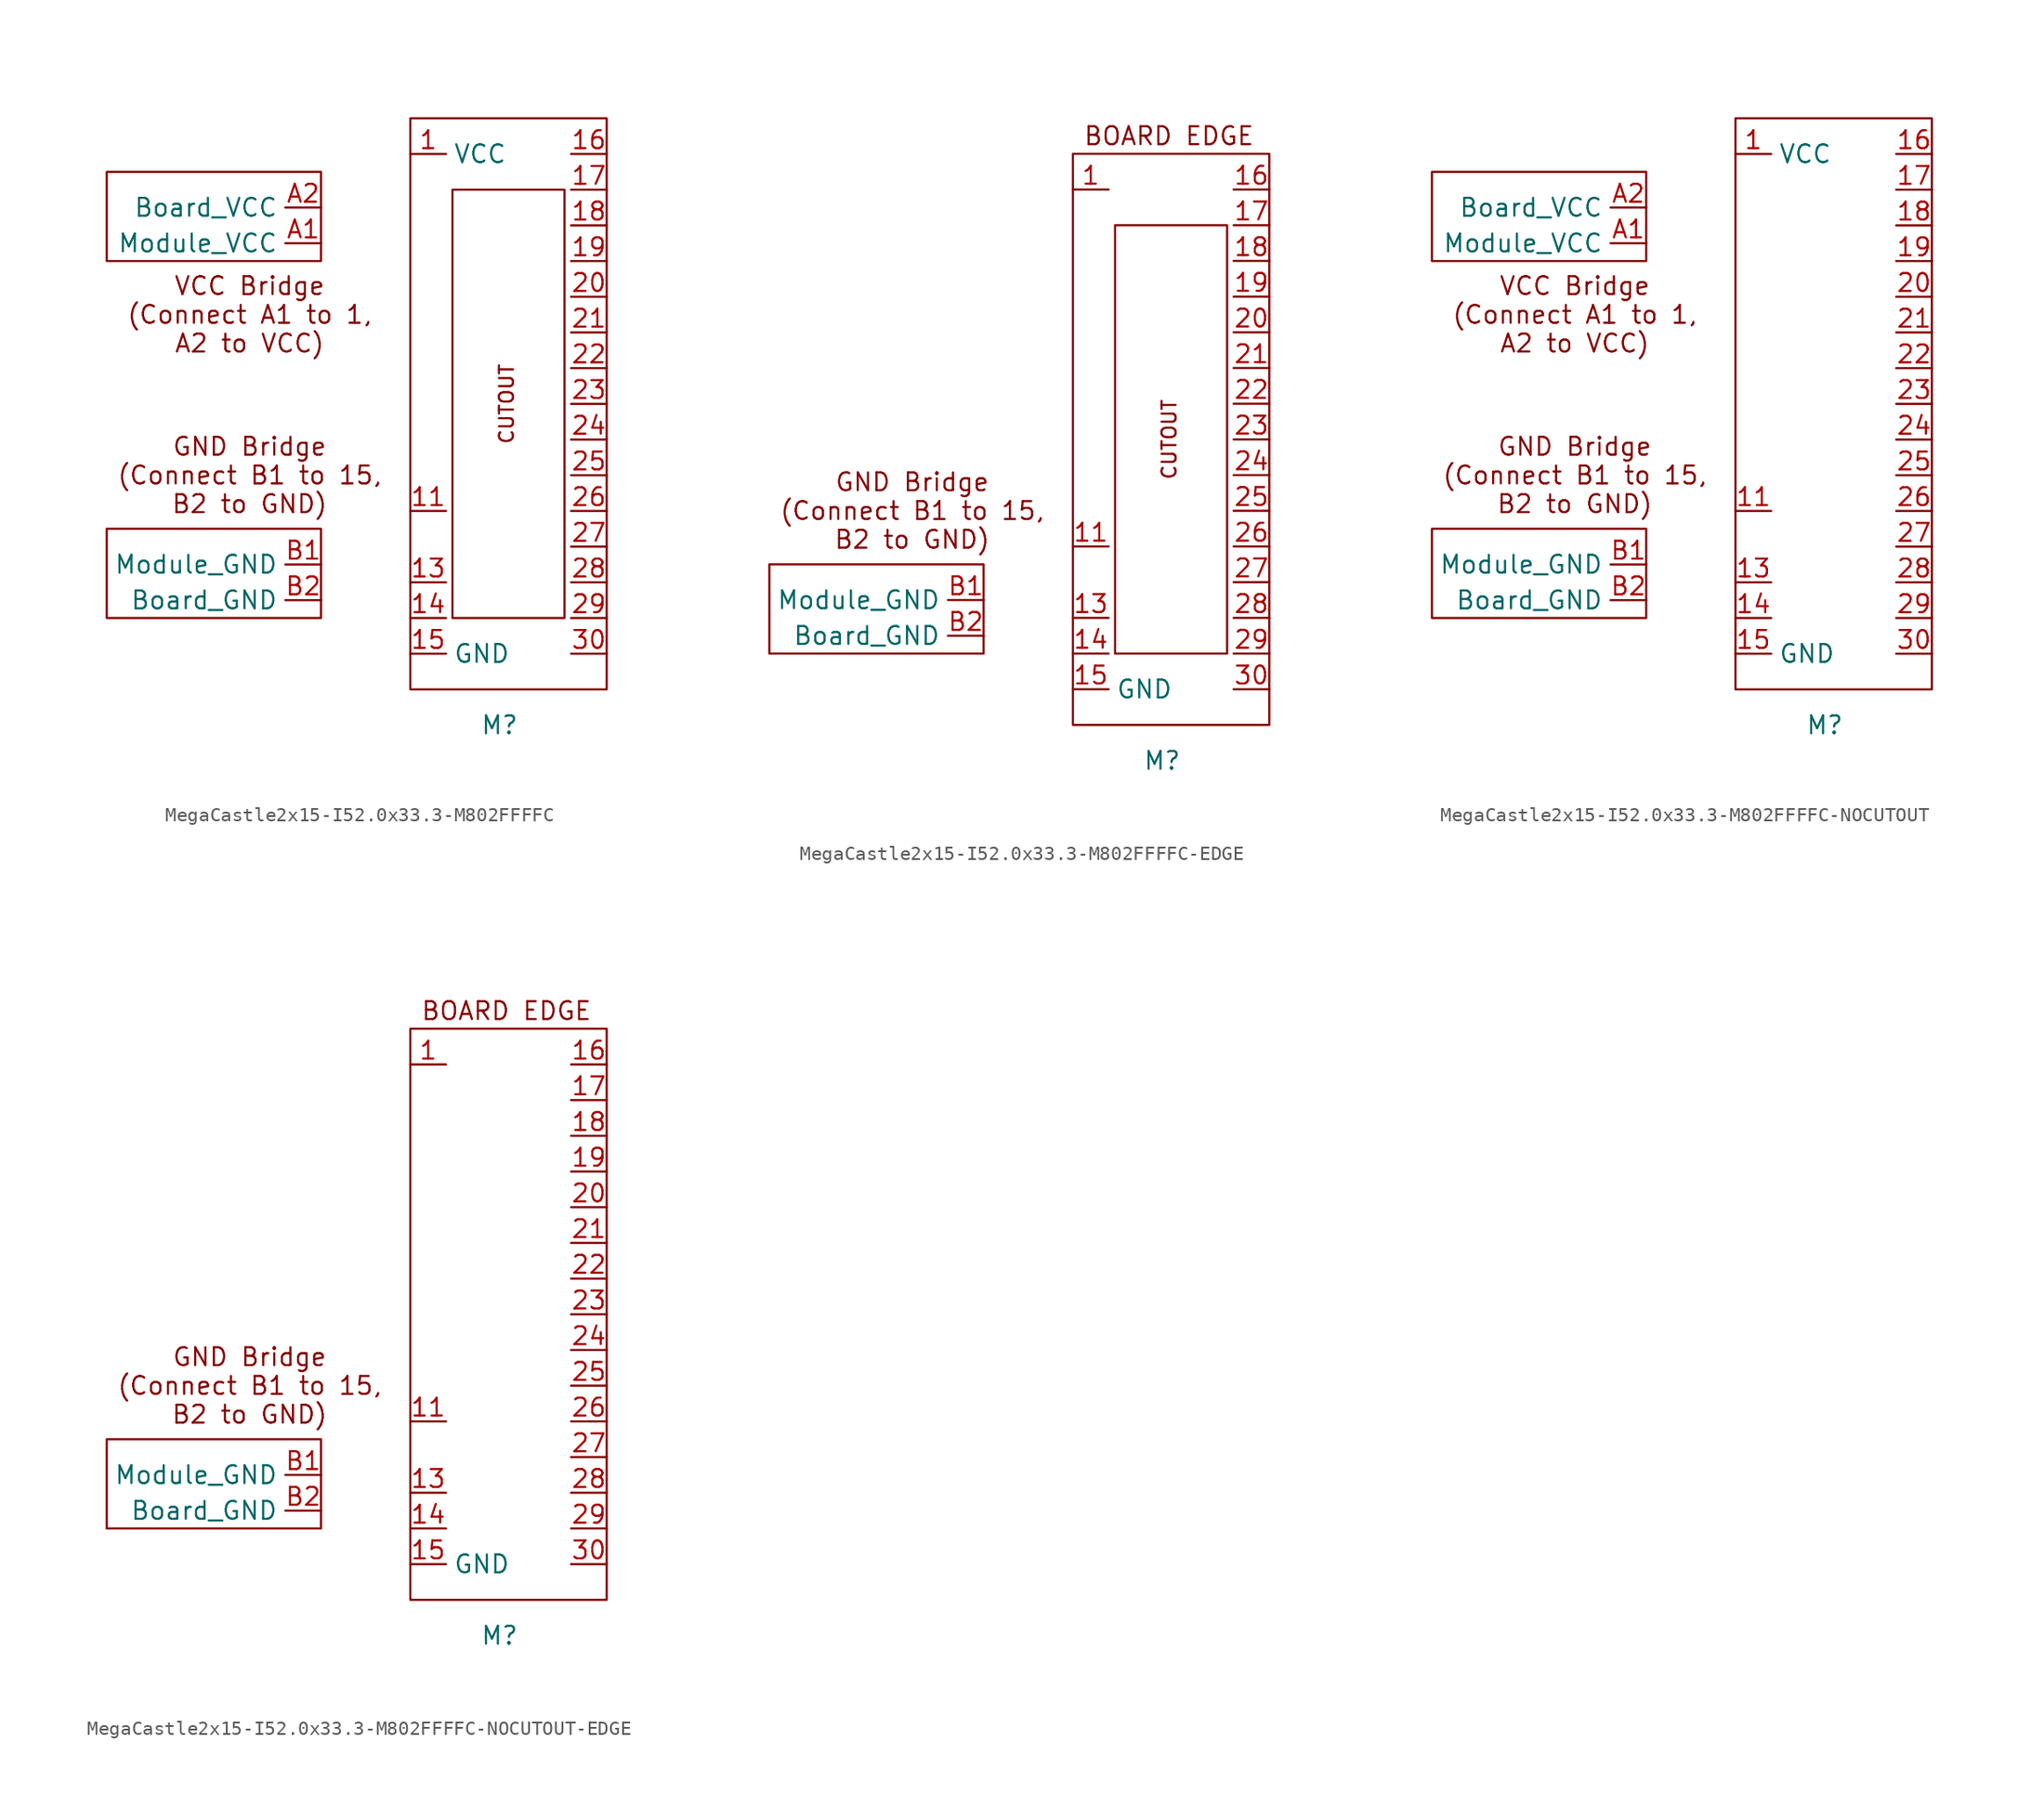
<source format=kicad_sym>
(kicad_symbol_lib
  (version 20241209)
  (generator "kicad_symbol_editor")
  (generator_version "9.0")
  (symbol "MegaCastle2x15-I52.0x33.3-M802FFFFC"
    (property "Reference" "M"
      (at 0 -22.86 0)
      (effects (font (size 1.27 1.27))))
    (property "Value" ""
      (at 0 5.08 0)
      (effects (font (size 1.27 1.27))))
    (symbol "MegaCastle2x15-I52.0x33.3-M802FFFFC_0_1"
      (rectangle (start -27.94 16.51) (end -12.7 10.16) (stroke (width 0) (type default)) (fill (type none)))
      (rectangle (start -27.94 -8.89) (end -12.7 -15.24) (stroke (width 0) (type default)) (fill (type none)))
      (rectangle (start -6.35 20.32) (end 7.62 -20.32) (stroke (width 0) (type default)) (fill (type none)))
      (rectangle (start -3.35 15.24) (end 4.62 -15.24) (stroke (width 0) (type default)) (fill (type none))))
    (symbol "MegaCastle2x15-I52.0x33.3-M802FFFFC_1_1"
      (text "VCC Bridge\n(Connect A1 to 1,\nA2 to VCC)" (at -17.78 6.35 0) (effects (font (size 1.27 1.27))))
      (text "GND Bridge\n(Connect B1 to 15,\nB2 to GND)" (at -17.78 -5.08 0) (effects (font (size 1.27 1.27))))
      (text "CUTOUT" (at 0.5 0 900) (effects (font (size 1 1))))
      (pin bidirectional line (at -12.7 13.97 180) (length 2.54) (name "Board_VCC" (effects (font (size 1.27 1.27)))) (number "A2" (effects (font (size 1.27 1.27)))))
      (pin bidirectional line (at -12.7 11.43 180) (length 2.54) (name "Module_VCC" (effects (font (size 1.27 1.27)))) (number "A1" (effects (font (size 1.27 1.27)))))
      (pin bidirectional line (at -12.7 -11.43 180) (length 2.54) (name "Module_GND" (effects (font (size 1.27 1.27)))) (number "B1" (effects (font (size 1.27 1.27)))))
      (pin bidirectional line (at -12.7 -13.97 180) (length 2.54) (name "Board_GND" (effects (font (size 1.27 1.27)))) (number "B2" (effects (font (size 1.27 1.27)))))
      (pin bidirectional line (at -6.35 17.78 0) (length 2.54) (name "VCC" (effects (font (size 1.27 1.27)))) (number "1" (effects (font (size 1.27 1.27)))))
      (pin bidirectional line (at -6.35 -7.62 0) (length 2.54) (name "" (effects (font (size 1.27 1.27)))) (number "11" (effects (font (size 1.27 1.27)))))
      (pin bidirectional line (at -6.35 -12.7 0) (length 2.54) (name "" (effects (font (size 1.27 1.27)))) (number "13" (effects (font (size 1.27 1.27)))))
      (pin bidirectional line (at -6.35 -15.24 0) (length 2.54) (name "" (effects (font (size 1.27 1.27)))) (number "14" (effects (font (size 1.27 1.27)))))
      (pin bidirectional line (at -6.35 -17.78 0) (length 2.54) (name "GND" (effects (font (size 1.27 1.27)))) (number "15" (effects (font (size 1.27 1.27)))))
      (pin bidirectional line (at 7.62 17.78 180) (length 2.54) (name "" (effects (font (size 1.27 1.27)))) (number "16" (effects (font (size 1.27 1.27)))))
      (pin bidirectional line (at 7.62 15.24 180) (length 2.54) (name "" (effects (font (size 1.27 1.27)))) (number "17" (effects (font (size 1.27 1.27)))))
      (pin bidirectional line (at 7.62 12.7 180) (length 2.54) (name "" (effects (font (size 1.27 1.27)))) (number "18" (effects (font (size 1.27 1.27)))))
      (pin bidirectional line (at 7.62 10.16 180) (length 2.54) (name "" (effects (font (size 1.27 1.27)))) (number "19" (effects (font (size 1.27 1.27)))))
      (pin bidirectional line (at 7.62 7.62 180) (length 2.54) (name "" (effects (font (size 1.27 1.27)))) (number "20" (effects (font (size 1.27 1.27)))))
      (pin bidirectional line (at 7.62 5.08 180) (length 2.54) (name "" (effects (font (size 1.27 1.27)))) (number "21" (effects (font (size 1.27 1.27)))))
      (pin bidirectional line (at 7.62 2.54 180) (length 2.54) (name "" (effects (font (size 1.27 1.27)))) (number "22" (effects (font (size 1.27 1.27)))))
      (pin bidirectional line (at 7.62 0 180) (length 2.54) (name "" (effects (font (size 1.27 1.27)))) (number "23" (effects (font (size 1.27 1.27)))))
      (pin bidirectional line (at 7.62 -2.54 180) (length 2.54) (name "" (effects (font (size 1.27 1.27)))) (number "24" (effects (font (size 1.27 1.27)))))
      (pin bidirectional line (at 7.62 -5.08 180) (length 2.54) (name "" (effects (font (size 1.27 1.27)))) (number "25" (effects (font (size 1.27 1.27)))))
      (pin bidirectional line (at 7.62 -7.62 180) (length 2.54) (name "" (effects (font (size 1.27 1.27)))) (number "26" (effects (font (size 1.27 1.27)))))
      (pin bidirectional line (at 7.62 -10.16 180) (length 2.54) (name "" (effects (font (size 1.27 1.27)))) (number "27" (effects (font (size 1.27 1.27)))))
      (pin bidirectional line (at 7.62 -12.7 180) (length 2.54) (name "" (effects (font (size 1.27 1.27)))) (number "28" (effects (font (size 1.27 1.27)))))
      (pin bidirectional line (at 7.62 -15.24 180) (length 2.54) (name "" (effects (font (size 1.27 1.27)))) (number "29" (effects (font (size 1.27 1.27)))))
      (pin bidirectional line (at 7.62 -17.78 180) (length 2.54) (name "" (effects (font (size 1.27 1.27)))) (number "30" (effects (font (size 1.27 1.27)))))))
  (symbol "MegaCastle2x15-I52.0x33.3-M802FFFFC-EDGE"
    (property "Reference" "M"
      (at 0 -22.86 0)
      (effects (font (size 1.27 1.27))))
    (property "Value" ""
      (at 0 5.08 0)
      (effects (font (size 1.27 1.27))))
    (symbol "MegaCastle2x15-I52.0x33.3-M802FFFFC-EDGE_0_1"
      (rectangle (start -27.94 -8.89) (end -12.7 -15.24) (stroke (width 0) (type default)) (fill (type none)))
      (rectangle (start -6.35 20.32) (end 7.62 -20.32) (stroke (width 0) (type default)) (fill (type none)))
      (rectangle (start -3.35 15.24) (end 4.62 -15.24) (stroke (width 0) (type default)) (fill (type none))))
    (symbol "MegaCastle2x15-I52.0x33.3-M802FFFFC-EDGE_1_1"
      (text "GND Bridge\n(Connect B1 to 15,\nB2 to GND)" (at -17.78 -5.08 0) (effects (font (size 1.27 1.27))))
      (text " BOARD EDGE" (at 0 21.59 0) (effects (font (size 1.27 1.27))))
      (text "CUTOUT" (at 0.5 0 900) (effects (font (size 1 1))))
      (pin bidirectional line (at -12.7 -11.43 180) (length 2.54) (name "Module_GND" (effects (font (size 1.27 1.27)))) (number "B1" (effects (font (size 1.27 1.27)))))
      (pin bidirectional line (at -12.7 -13.97 180) (length 2.54) (name "Board_GND" (effects (font (size 1.27 1.27)))) (number "B2" (effects (font (size 1.27 1.27)))))
      (pin bidirectional line (at -6.35 17.78 0) (length 2.54) (name "" (effects (font (size 1.27 1.27)))) (number "1" (effects (font (size 1.27 1.27)))))
      (pin bidirectional line (at -6.35 -7.62 0) (length 2.54) (name "" (effects (font (size 1.27 1.27)))) (number "11" (effects (font (size 1.27 1.27)))))
      (pin bidirectional line (at -6.35 -12.7 0) (length 2.54) (name "" (effects (font (size 1.27 1.27)))) (number "13" (effects (font (size 1.27 1.27)))))
      (pin bidirectional line (at -6.35 -15.24 0) (length 2.54) (name "" (effects (font (size 1.27 1.27)))) (number "14" (effects (font (size 1.27 1.27)))))
      (pin bidirectional line (at -6.35 -17.78 0) (length 2.54) (name "GND" (effects (font (size 1.27 1.27)))) (number "15" (effects (font (size 1.27 1.27)))))
      (pin bidirectional line (at 7.62 17.78 180) (length 2.54) (name "" (effects (font (size 1.27 1.27)))) (number "16" (effects (font (size 1.27 1.27)))))
      (pin bidirectional line (at 7.62 15.24 180) (length 2.54) (name "" (effects (font (size 1.27 1.27)))) (number "17" (effects (font (size 1.27 1.27)))))
      (pin bidirectional line (at 7.62 12.7 180) (length 2.54) (name "" (effects (font (size 1.27 1.27)))) (number "18" (effects (font (size 1.27 1.27)))))
      (pin bidirectional line (at 7.62 10.16 180) (length 2.54) (name "" (effects (font (size 1.27 1.27)))) (number "19" (effects (font (size 1.27 1.27)))))
      (pin bidirectional line (at 7.62 7.62 180) (length 2.54) (name "" (effects (font (size 1.27 1.27)))) (number "20" (effects (font (size 1.27 1.27)))))
      (pin bidirectional line (at 7.62 5.08 180) (length 2.54) (name "" (effects (font (size 1.27 1.27)))) (number "21" (effects (font (size 1.27 1.27)))))
      (pin bidirectional line (at 7.62 2.54 180) (length 2.54) (name "" (effects (font (size 1.27 1.27)))) (number "22" (effects (font (size 1.27 1.27)))))
      (pin bidirectional line (at 7.62 0 180) (length 2.54) (name "" (effects (font (size 1.27 1.27)))) (number "23" (effects (font (size 1.27 1.27)))))
      (pin bidirectional line (at 7.62 -2.54 180) (length 2.54) (name "" (effects (font (size 1.27 1.27)))) (number "24" (effects (font (size 1.27 1.27)))))
      (pin bidirectional line (at 7.62 -5.08 180) (length 2.54) (name "" (effects (font (size 1.27 1.27)))) (number "25" (effects (font (size 1.27 1.27)))))
      (pin bidirectional line (at 7.62 -7.62 180) (length 2.54) (name "" (effects (font (size 1.27 1.27)))) (number "26" (effects (font (size 1.27 1.27)))))
      (pin bidirectional line (at 7.62 -10.16 180) (length 2.54) (name "" (effects (font (size 1.27 1.27)))) (number "27" (effects (font (size 1.27 1.27)))))
      (pin bidirectional line (at 7.62 -12.7 180) (length 2.54) (name "" (effects (font (size 1.27 1.27)))) (number "28" (effects (font (size 1.27 1.27)))))
      (pin bidirectional line (at 7.62 -15.24 180) (length 2.54) (name "" (effects (font (size 1.27 1.27)))) (number "29" (effects (font (size 1.27 1.27)))))
      (pin bidirectional line (at 7.62 -17.78 180) (length 2.54) (name "" (effects (font (size 1.27 1.27)))) (number "30" (effects (font (size 1.27 1.27)))))))
  (symbol "MegaCastle2x15-I52.0x33.3-M802FFFFC-NOCUTOUT"
    (property "Reference" "M"
      (at 0 -22.86 0)
      (effects (font (size 1.27 1.27))))
    (property "Value" ""
      (at 0 5.08 0)
      (effects (font (size 1.27 1.27))))
    (symbol "MegaCastle2x15-I52.0x33.3-M802FFFFC-NOCUTOUT_0_1"
      (rectangle (start -27.94 16.51) (end -12.7 10.16) (stroke (width 0) (type default)) (fill (type none)))
      (rectangle (start -27.94 -8.89) (end -12.7 -15.24) (stroke (width 0) (type default)) (fill (type none)))
      (rectangle (start -6.35 20.32) (end 7.62 -20.32) (stroke (width 0) (type default)) (fill (type none))))
    (symbol "MegaCastle2x15-I52.0x33.3-M802FFFFC-NOCUTOUT_1_1"
      (text "VCC Bridge\n(Connect A1 to 1,\nA2 to VCC)" (at -17.78 6.35 0) (effects (font (size 1.27 1.27))))
      (text "GND Bridge\n(Connect B1 to 15,\nB2 to GND)" (at -17.78 -5.08 0) (effects (font (size 1.27 1.27))))
      (pin bidirectional line (at -12.7 13.97 180) (length 2.54) (name "Board_VCC" (effects (font (size 1.27 1.27)))) (number "A2" (effects (font (size 1.27 1.27)))))
      (pin bidirectional line (at -12.7 11.43 180) (length 2.54) (name "Module_VCC" (effects (font (size 1.27 1.27)))) (number "A1" (effects (font (size 1.27 1.27)))))
      (pin bidirectional line (at -12.7 -11.43 180) (length 2.54) (name "Module_GND" (effects (font (size 1.27 1.27)))) (number "B1" (effects (font (size 1.27 1.27)))))
      (pin bidirectional line (at -12.7 -13.97 180) (length 2.54) (name "Board_GND" (effects (font (size 1.27 1.27)))) (number "B2" (effects (font (size 1.27 1.27)))))
      (pin bidirectional line (at -6.35 17.78 0) (length 2.54) (name "VCC" (effects (font (size 1.27 1.27)))) (number "1" (effects (font (size 1.27 1.27)))))
      (pin bidirectional line (at -6.35 -7.62 0) (length 2.54) (name "" (effects (font (size 1.27 1.27)))) (number "11" (effects (font (size 1.27 1.27)))))
      (pin bidirectional line (at -6.35 -12.7 0) (length 2.54) (name "" (effects (font (size 1.27 1.27)))) (number "13" (effects (font (size 1.27 1.27)))))
      (pin bidirectional line (at -6.35 -15.24 0) (length 2.54) (name "" (effects (font (size 1.27 1.27)))) (number "14" (effects (font (size 1.27 1.27)))))
      (pin bidirectional line (at -6.35 -17.78 0) (length 2.54) (name "GND" (effects (font (size 1.27 1.27)))) (number "15" (effects (font (size 1.27 1.27)))))
      (pin bidirectional line (at 7.62 17.78 180) (length 2.54) (name "" (effects (font (size 1.27 1.27)))) (number "16" (effects (font (size 1.27 1.27)))))
      (pin bidirectional line (at 7.62 15.24 180) (length 2.54) (name "" (effects (font (size 1.27 1.27)))) (number "17" (effects (font (size 1.27 1.27)))))
      (pin bidirectional line (at 7.62 12.7 180) (length 2.54) (name "" (effects (font (size 1.27 1.27)))) (number "18" (effects (font (size 1.27 1.27)))))
      (pin bidirectional line (at 7.62 10.16 180) (length 2.54) (name "" (effects (font (size 1.27 1.27)))) (number "19" (effects (font (size 1.27 1.27)))))
      (pin bidirectional line (at 7.62 7.62 180) (length 2.54) (name "" (effects (font (size 1.27 1.27)))) (number "20" (effects (font (size 1.27 1.27)))))
      (pin bidirectional line (at 7.62 5.08 180) (length 2.54) (name "" (effects (font (size 1.27 1.27)))) (number "21" (effects (font (size 1.27 1.27)))))
      (pin bidirectional line (at 7.62 2.54 180) (length 2.54) (name "" (effects (font (size 1.27 1.27)))) (number "22" (effects (font (size 1.27 1.27)))))
      (pin bidirectional line (at 7.62 0 180) (length 2.54) (name "" (effects (font (size 1.27 1.27)))) (number "23" (effects (font (size 1.27 1.27)))))
      (pin bidirectional line (at 7.62 -2.54 180) (length 2.54) (name "" (effects (font (size 1.27 1.27)))) (number "24" (effects (font (size 1.27 1.27)))))
      (pin bidirectional line (at 7.62 -5.08 180) (length 2.54) (name "" (effects (font (size 1.27 1.27)))) (number "25" (effects (font (size 1.27 1.27)))))
      (pin bidirectional line (at 7.62 -7.62 180) (length 2.54) (name "" (effects (font (size 1.27 1.27)))) (number "26" (effects (font (size 1.27 1.27)))))
      (pin bidirectional line (at 7.62 -10.16 180) (length 2.54) (name "" (effects (font (size 1.27 1.27)))) (number "27" (effects (font (size 1.27 1.27)))))
      (pin bidirectional line (at 7.62 -12.7 180) (length 2.54) (name "" (effects (font (size 1.27 1.27)))) (number "28" (effects (font (size 1.27 1.27)))))
      (pin bidirectional line (at 7.62 -15.24 180) (length 2.54) (name "" (effects (font (size 1.27 1.27)))) (number "29" (effects (font (size 1.27 1.27)))))
      (pin bidirectional line (at 7.62 -17.78 180) (length 2.54) (name "" (effects (font (size 1.27 1.27)))) (number "30" (effects (font (size 1.27 1.27)))))))
  (symbol "MegaCastle2x15-I52.0x33.3-M802FFFFC-NOCUTOUT-EDGE"
    (property "Reference" "M"
      (at 0 -22.86 0)
      (effects (font (size 1.27 1.27))))
    (property "Value" ""
      (at 0 5.08 0)
      (effects (font (size 1.27 1.27))))
    (symbol "MegaCastle2x15-I52.0x33.3-M802FFFFC-NOCUTOUT-EDGE_0_1"
      (rectangle (start -27.94 -8.89) (end -12.7 -15.24) (stroke (width 0) (type default)) (fill (type none)))
      (rectangle (start -6.35 20.32) (end 7.62 -20.32) (stroke (width 0) (type default)) (fill (type none))))
    (symbol "MegaCastle2x15-I52.0x33.3-M802FFFFC-NOCUTOUT-EDGE_1_1"
      (text "GND Bridge\n(Connect B1 to 15,\nB2 to GND)" (at -17.78 -5.08 0) (effects (font (size 1.27 1.27))))
      (text " BOARD EDGE" (at 0 21.59 0) (effects (font (size 1.27 1.27))))
      (pin bidirectional line (at -12.7 -11.43 180) (length 2.54) (name "Module_GND" (effects (font (size 1.27 1.27)))) (number "B1" (effects (font (size 1.27 1.27)))))
      (pin bidirectional line (at -12.7 -13.97 180) (length 2.54) (name "Board_GND" (effects (font (size 1.27 1.27)))) (number "B2" (effects (font (size 1.27 1.27)))))
      (pin bidirectional line (at -6.35 17.78 0) (length 2.54) (name "" (effects (font (size 1.27 1.27)))) (number "1" (effects (font (size 1.27 1.27)))))
      (pin bidirectional line (at -6.35 -7.62 0) (length 2.54) (name "" (effects (font (size 1.27 1.27)))) (number "11" (effects (font (size 1.27 1.27)))))
      (pin bidirectional line (at -6.35 -12.7 0) (length 2.54) (name "" (effects (font (size 1.27 1.27)))) (number "13" (effects (font (size 1.27 1.27)))))
      (pin bidirectional line (at -6.35 -15.24 0) (length 2.54) (name "" (effects (font (size 1.27 1.27)))) (number "14" (effects (font (size 1.27 1.27)))))
      (pin bidirectional line (at -6.35 -17.78 0) (length 2.54) (name "GND" (effects (font (size 1.27 1.27)))) (number "15" (effects (font (size 1.27 1.27)))))
      (pin bidirectional line (at 7.62 17.78 180) (length 2.54) (name "" (effects (font (size 1.27 1.27)))) (number "16" (effects (font (size 1.27 1.27)))))
      (pin bidirectional line (at 7.62 15.24 180) (length 2.54) (name "" (effects (font (size 1.27 1.27)))) (number "17" (effects (font (size 1.27 1.27)))))
      (pin bidirectional line (at 7.62 12.7 180) (length 2.54) (name "" (effects (font (size 1.27 1.27)))) (number "18" (effects (font (size 1.27 1.27)))))
      (pin bidirectional line (at 7.62 10.16 180) (length 2.54) (name "" (effects (font (size 1.27 1.27)))) (number "19" (effects (font (size 1.27 1.27)))))
      (pin bidirectional line (at 7.62 7.62 180) (length 2.54) (name "" (effects (font (size 1.27 1.27)))) (number "20" (effects (font (size 1.27 1.27)))))
      (pin bidirectional line (at 7.62 5.08 180) (length 2.54) (name "" (effects (font (size 1.27 1.27)))) (number "21" (effects (font (size 1.27 1.27)))))
      (pin bidirectional line (at 7.62 2.54 180) (length 2.54) (name "" (effects (font (size 1.27 1.27)))) (number "22" (effects (font (size 1.27 1.27)))))
      (pin bidirectional line (at 7.62 0 180) (length 2.54) (name "" (effects (font (size 1.27 1.27)))) (number "23" (effects (font (size 1.27 1.27)))))
      (pin bidirectional line (at 7.62 -2.54 180) (length 2.54) (name "" (effects (font (size 1.27 1.27)))) (number "24" (effects (font (size 1.27 1.27)))))
      (pin bidirectional line (at 7.62 -5.08 180) (length 2.54) (name "" (effects (font (size 1.27 1.27)))) (number "25" (effects (font (size 1.27 1.27)))))
      (pin bidirectional line (at 7.62 -7.62 180) (length 2.54) (name "" (effects (font (size 1.27 1.27)))) (number "26" (effects (font (size 1.27 1.27)))))
      (pin bidirectional line (at 7.62 -10.16 180) (length 2.54) (name "" (effects (font (size 1.27 1.27)))) (number "27" (effects (font (size 1.27 1.27)))))
      (pin bidirectional line (at 7.62 -12.7 180) (length 2.54) (name "" (effects (font (size 1.27 1.27)))) (number "28" (effects (font (size 1.27 1.27)))))
      (pin bidirectional line (at 7.62 -15.24 180) (length 2.54) (name "" (effects (font (size 1.27 1.27)))) (number "29" (effects (font (size 1.27 1.27)))))
      (pin bidirectional line (at 7.62 -17.78 180) (length 2.54) (name "" (effects (font (size 1.27 1.27)))) (number "30" (effects (font (size 1.27 1.27))))))))
</source>
